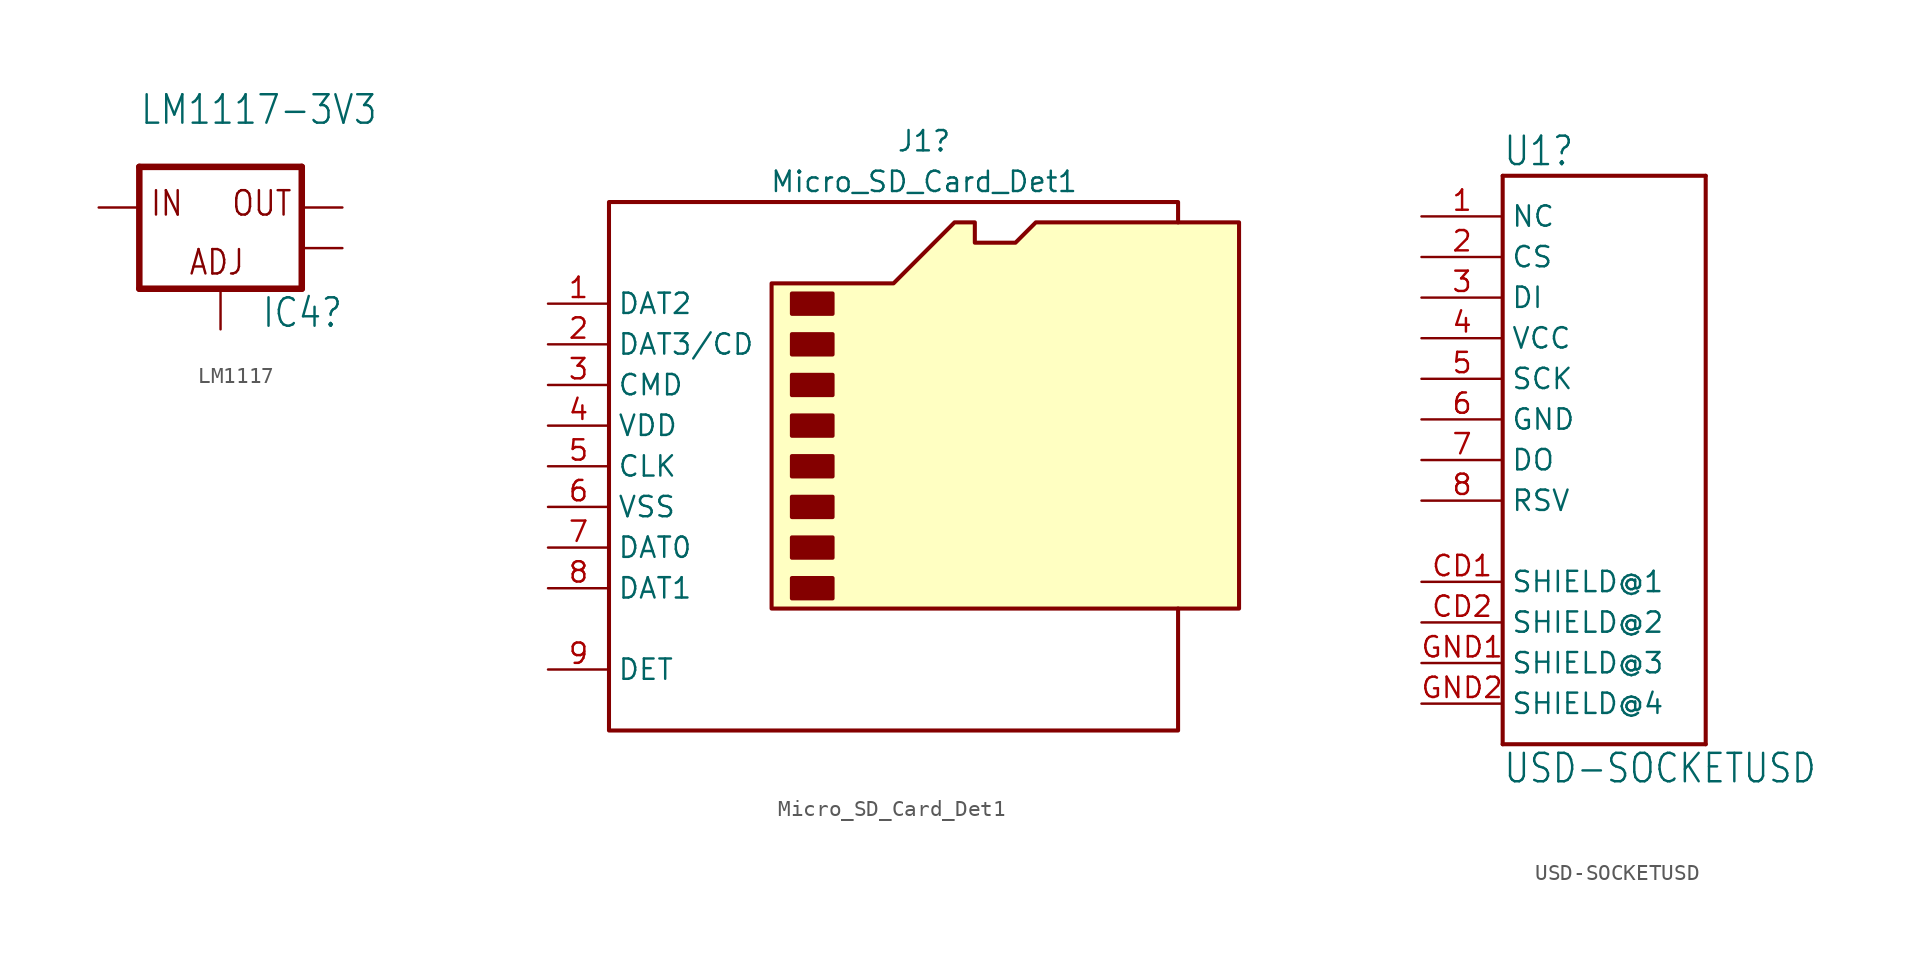
<source format=kicad_sym>
(kicad_symbol_lib
  (version 20220914)
  (generator kicad_symbol_editor)
  (symbol "LM1117"
    (property "Reference" "IC4"
      (at 2.54 -7.62 0)
      (effects (font (size 1.778 1.511)) (justify left bottom)))
    (property "Value" "LM1117-3V3"
      (at -5.08 5.08 0)
      (effects (font (size 1.778 1.511)) (justify left bottom)))
    (property "ki_locked" ""
      (at 0 0 0)
      (effects (font (size 1.27 1.27))))
    (symbol "LM1117_1_0"
      (polyline (pts (xy -5.08 -5.08) (xy 5.08 -5.08)) (stroke (width 0.406) (type solid)) (fill (type none)))
      (polyline (pts (xy -5.08 2.54) (xy -5.08 -5.08)) (stroke (width 0.406) (type solid)) (fill (type none)))
      (polyline (pts (xy 5.08 -5.08) (xy 5.08 2.54)) (stroke (width 0.406) (type solid)) (fill (type none)))
      (polyline (pts (xy 5.08 2.54) (xy -5.08 2.54)) (stroke (width 0.406) (type solid)) (fill (type none)))
      (text "ADJ" (at -2.032 -4.318 0) (effects (font (size 1.524 1.295)) (justify left bottom)))
      (text "IN" (at -4.445 -0.635 0) (effects (font (size 1.524 1.295)) (justify left bottom)))
      (text "OUT" (at 0.635 -0.635 0) (effects (font (size 1.524 1.295)) (justify left bottom)))
      (pin input line (at 0 -7.62 90) (length 2.54) (name "ADJ" (effects (font (size 0 0)))) (number "1" (effects (font (size 0 0)))))
      (pin output line (at 7.62 0 180) (length 2.54) (name "OUT" (effects (font (size 0 0)))) (number "2" (effects (font (size 0 0)))))
      (pin input line (at -7.62 0 0) (length 2.54) (name "IN" (effects (font (size 0 0)))) (number "3" (effects (font (size 0 0)))))
      (pin output line (at 7.62 -2.54 180) (length 2.54) (name "OUT@1" (effects (font (size 0 0)))) (number "4" (effects (font (size 0 0)))))))
  (symbol "Micro_SD_Card_Det1"
    (property "Reference" "J1"
      (at 0.635 20.32 0)
      (effects (font (size 1.27 1.27))))
    (property "Value" "Micro_SD_Card_Det1"
      (at 0.635 17.78 0)
      (effects (font (size 1.27 1.27))))
    (symbol "Micro_SD_Card_Det1_0_1"
      (rectangle (start -7.62 -6.985) (end -5.08 -8.255) (stroke (width 0.254) (type default)) (fill (type outline)))
      (rectangle (start -7.62 -4.445) (end -5.08 -5.715) (stroke (width 0.254) (type default)) (fill (type outline)))
      (rectangle (start -7.62 -1.905) (end -5.08 -3.175) (stroke (width 0.254) (type default)) (fill (type outline)))
      (rectangle (start -7.62 0.635) (end -5.08 -0.635) (stroke (width 0.254) (type default)) (fill (type outline)))
      (rectangle (start -7.62 3.175) (end -5.08 1.905) (stroke (width 0.254) (type default)) (fill (type outline)))
      (rectangle (start -7.62 5.715) (end -5.08 4.445) (stroke (width 0.254) (type default)) (fill (type outline)))
      (rectangle (start -7.62 8.255) (end -5.08 6.985) (stroke (width 0.254) (type default)) (fill (type outline)))
      (rectangle (start -7.62 10.795) (end -5.08 9.525) (stroke (width 0.254) (type default)) (fill (type outline)))
      (polyline (pts (xy 16.51 15.24) (xy 16.51 16.51) (xy -19.05 16.51) (xy -19.05 -16.51) (xy 16.51 -16.51) (xy 16.51 -8.89)) (stroke (width 0.254) (type default)) (fill (type none)))
      (polyline (pts (xy -8.89 -8.89) (xy -8.89 11.43) (xy -1.27 11.43) (xy 2.54 15.24) (xy 3.81 15.24) (xy 3.81 13.97) (xy 6.35 13.97) (xy 7.62 15.24) (xy 20.32 15.24) (xy 20.32 -8.89) (xy -8.89 -8.89)) (stroke (width 0.254) (type default)) (fill (type background))))
    (symbol "Micro_SD_Card_Det1_1_1"
      (pin bidirectional line (at -22.86 10.16 0) (length 3.81) (name "DAT2" (effects (font (size 1.27 1.27)))) (number "1" (effects (font (size 1.27 1.27)))))
      (pin bidirectional line (at -22.86 7.62 0) (length 3.81) (name "DAT3/CD" (effects (font (size 1.27 1.27)))) (number "2" (effects (font (size 1.27 1.27)))))
      (pin input line (at -22.86 5.08 0) (length 3.81) (name "CMD" (effects (font (size 1.27 1.27)))) (number "3" (effects (font (size 1.27 1.27)))))
      (pin power_in line (at -22.86 2.54 0) (length 3.81) (name "VDD" (effects (font (size 1.27 1.27)))) (number "4" (effects (font (size 1.27 1.27)))))
      (pin input line (at -22.86 0 0) (length 3.81) (name "CLK" (effects (font (size 1.27 1.27)))) (number "5" (effects (font (size 1.27 1.27)))))
      (pin power_in line (at -22.86 -2.54 0) (length 3.81) (name "VSS" (effects (font (size 1.27 1.27)))) (number "6" (effects (font (size 1.27 1.27)))))
      (pin bidirectional line (at -22.86 -5.08 0) (length 3.81) (name "DAT0" (effects (font (size 1.27 1.27)))) (number "7" (effects (font (size 1.27 1.27)))))
      (pin bidirectional line (at -22.86 -7.62 0) (length 3.81) (name "DAT1" (effects (font (size 1.27 1.27)))) (number "8" (effects (font (size 1.27 1.27)))))
      (pin passive line (at -22.86 -12.7 0) (length 3.81) (name "DET" (effects (font (size 1.27 1.27)))) (number "9" (effects (font (size 1.27 1.27)))))))
  (symbol "USD-SOCKETUSD"
    (property "Reference" "U1"
      (at -2.54 15.748 0)
      (effects (font (size 1.778 1.511)) (justify left bottom)))
    (property "Value" "USD-SOCKETUSD"
      (at -2.54 -22.86 0)
      (effects (font (size 1.778 1.511)) (justify left bottom)))
    (property "ki_locked" ""
      (at 0 0 0)
      (effects (font (size 1.27 1.27))))
    (symbol "USD-SOCKETUSD_1_0"
      (polyline (pts (xy -2.54 -20.32) (xy -2.54 15.24)) (stroke (width 0.254) (type solid)) (fill (type none)))
      (polyline (pts (xy -2.54 15.24) (xy 10.16 15.24)) (stroke (width 0.254) (type solid)) (fill (type none)))
      (polyline (pts (xy 10.16 -20.32) (xy -2.54 -20.32)) (stroke (width 0.254) (type solid)) (fill (type none)))
      (polyline (pts (xy 10.16 15.24) (xy 10.16 -20.32)) (stroke (width 0.254) (type solid)) (fill (type none)))
      (pin bidirectional line (at -7.62 12.7 0) (length 5.08) (name "NC" (effects (font (size 1.27 1.27)))) (number "1" (effects (font (size 1.27 1.27)))))
      (pin bidirectional line (at -7.62 10.16 0) (length 5.08) (name "CS" (effects (font (size 1.27 1.27)))) (number "2" (effects (font (size 1.27 1.27)))))
      (pin bidirectional line (at -7.62 7.62 0) (length 5.08) (name "DI" (effects (font (size 1.27 1.27)))) (number "3" (effects (font (size 1.27 1.27)))))
      (pin bidirectional line (at -7.62 5.08 0) (length 5.08) (name "VCC" (effects (font (size 1.27 1.27)))) (number "4" (effects (font (size 1.27 1.27)))))
      (pin bidirectional line (at -7.62 2.54 0) (length 5.08) (name "SCK" (effects (font (size 1.27 1.27)))) (number "5" (effects (font (size 1.27 1.27)))))
      (pin bidirectional line (at -7.62 0 0) (length 5.08) (name "GND" (effects (font (size 1.27 1.27)))) (number "6" (effects (font (size 1.27 1.27)))))
      (pin bidirectional line (at -7.62 -2.54 0) (length 5.08) (name "DO" (effects (font (size 1.27 1.27)))) (number "7" (effects (font (size 1.27 1.27)))))
      (pin bidirectional line (at -7.62 -5.08 0) (length 5.08) (name "RSV" (effects (font (size 1.27 1.27)))) (number "8" (effects (font (size 1.27 1.27)))))
      (pin bidirectional line (at -7.62 -10.16 0) (length 5.08) (name "SHIELD@1" (effects (font (size 1.27 1.27)))) (number "CD1" (effects (font (size 1.27 1.27)))))
      (pin bidirectional line (at -7.62 -12.7 0) (length 5.08) (name "SHIELD@2" (effects (font (size 1.27 1.27)))) (number "CD2" (effects (font (size 1.27 1.27)))))
      (pin bidirectional line (at -7.62 -15.24 0) (length 5.08) (name "SHIELD@3" (effects (font (size 1.27 1.27)))) (number "GND1" (effects (font (size 1.27 1.27)))))
      (pin bidirectional line (at -7.62 -17.78 0) (length 5.08) (name "SHIELD@4" (effects (font (size 1.27 1.27)))) (number "GND2" (effects (font (size 1.27 1.27))))))))
</source>
